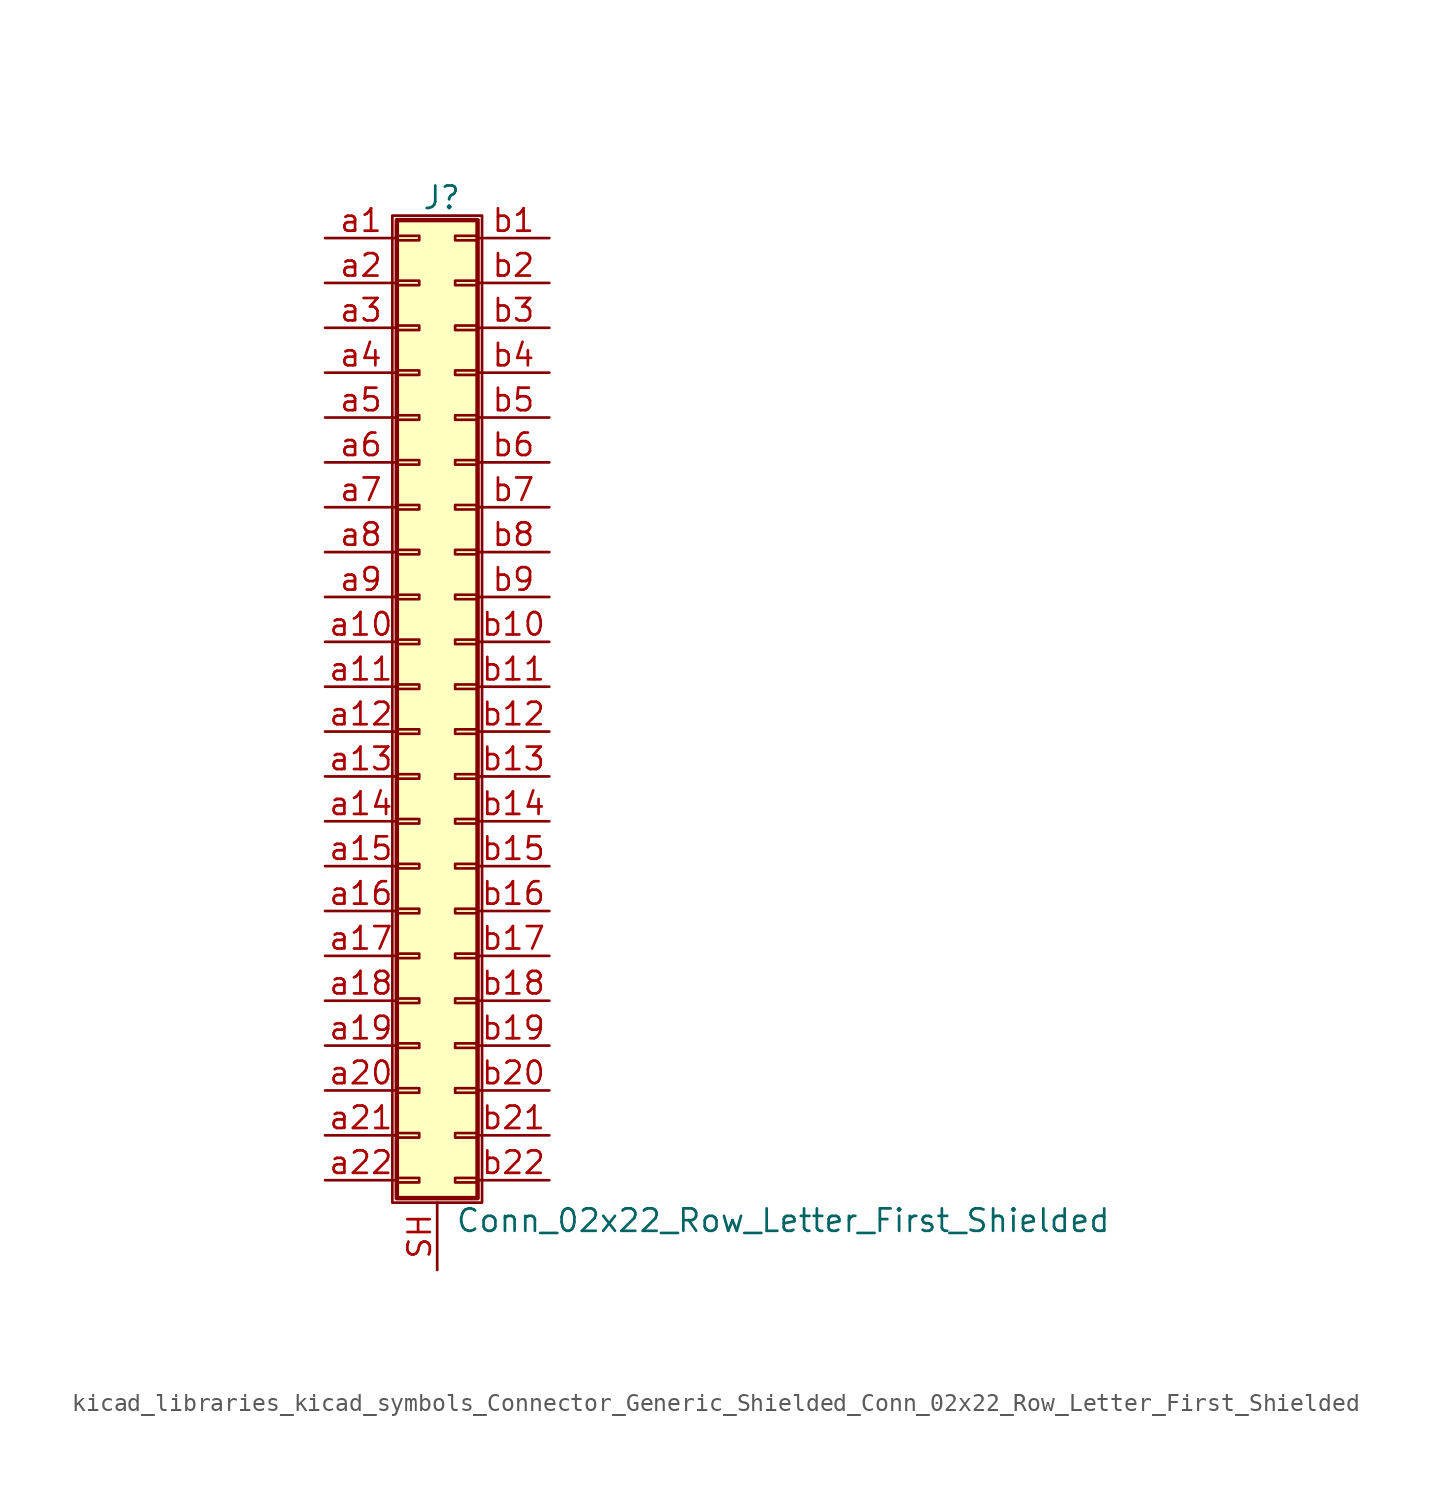
<source format=kicad_sym>
(kicad_symbol_lib
  (version 20220914)
  (generator kicad_symbol_editor)
  (symbol "kicad_libraries_kicad_symbols_Connector_Generic_Shielded_Conn_02x22_Row_Letter_First_Shielded"
    (pin_names
      (offset 1.016) hide)
    (property "Reference" "J"
      (at 1.524 27.686 0)
      (effects (font (size 1.27 1.27))))
    (property "Value" "Conn_02x22_Row_Letter_First_Shielded"
      (at 2.286 -30.226 0)
      (effects (font (size 1.27 1.27)) (justify left)))
    (symbol "kicad_libraries_kicad_symbols_Connector_Generic_Shielded_Conn_02x22_Row_Letter_First_Shielded_1_1"
      (rectangle (start -1.27 26.67) (end 3.81 -29.21) (stroke (width 0.152) (type default)) (fill (type none)))
      (rectangle (start -1.016 -27.813) (end 0.254 -28.067) (stroke (width 0.152) (type default)) (fill (type none)))
      (rectangle (start -1.016 -25.273) (end 0.254 -25.527) (stroke (width 0.152) (type default)) (fill (type none)))
      (rectangle (start -1.016 -22.733) (end 0.254 -22.987) (stroke (width 0.152) (type default)) (fill (type none)))
      (rectangle (start -1.016 -20.193) (end 0.254 -20.447) (stroke (width 0.152) (type default)) (fill (type none)))
      (rectangle (start -1.016 -17.653) (end 0.254 -17.907) (stroke (width 0.152) (type default)) (fill (type none)))
      (rectangle (start -1.016 -15.113) (end 0.254 -15.367) (stroke (width 0.152) (type default)) (fill (type none)))
      (rectangle (start -1.016 -12.573) (end 0.254 -12.827) (stroke (width 0.152) (type default)) (fill (type none)))
      (rectangle (start -1.016 -10.033) (end 0.254 -10.287) (stroke (width 0.152) (type default)) (fill (type none)))
      (rectangle (start -1.016 -7.493) (end 0.254 -7.747) (stroke (width 0.152) (type default)) (fill (type none)))
      (rectangle (start -1.016 -4.953) (end 0.254 -5.207) (stroke (width 0.152) (type default)) (fill (type none)))
      (rectangle (start -1.016 -2.413) (end 0.254 -2.667) (stroke (width 0.152) (type default)) (fill (type none)))
      (rectangle (start -1.016 0.127) (end 0.254 -0.127) (stroke (width 0.152) (type default)) (fill (type none)))
      (rectangle (start -1.016 2.667) (end 0.254 2.413) (stroke (width 0.152) (type default)) (fill (type none)))
      (rectangle (start -1.016 5.207) (end 0.254 4.953) (stroke (width 0.152) (type default)) (fill (type none)))
      (rectangle (start -1.016 7.747) (end 0.254 7.493) (stroke (width 0.152) (type default)) (fill (type none)))
      (rectangle (start -1.016 10.287) (end 0.254 10.033) (stroke (width 0.152) (type default)) (fill (type none)))
      (rectangle (start -1.016 12.827) (end 0.254 12.573) (stroke (width 0.152) (type default)) (fill (type none)))
      (rectangle (start -1.016 15.367) (end 0.254 15.113) (stroke (width 0.152) (type default)) (fill (type none)))
      (rectangle (start -1.016 17.907) (end 0.254 17.653) (stroke (width 0.152) (type default)) (fill (type none)))
      (rectangle (start -1.016 20.447) (end 0.254 20.193) (stroke (width 0.152) (type default)) (fill (type none)))
      (rectangle (start -1.016 22.987) (end 0.254 22.733) (stroke (width 0.152) (type default)) (fill (type none)))
      (rectangle (start -1.016 25.527) (end 0.254 25.273) (stroke (width 0.152) (type default)) (fill (type none)))
      (rectangle (start -1.016 26.416) (end 3.556 -28.956) (stroke (width 0.254) (type default)) (fill (type background)))
      (rectangle (start 3.556 -27.813) (end 2.286 -28.067) (stroke (width 0.152) (type default)) (fill (type none)))
      (rectangle (start 3.556 -25.273) (end 2.286 -25.527) (stroke (width 0.152) (type default)) (fill (type none)))
      (rectangle (start 3.556 -22.733) (end 2.286 -22.987) (stroke (width 0.152) (type default)) (fill (type none)))
      (rectangle (start 3.556 -20.193) (end 2.286 -20.447) (stroke (width 0.152) (type default)) (fill (type none)))
      (rectangle (start 3.556 -17.653) (end 2.286 -17.907) (stroke (width 0.152) (type default)) (fill (type none)))
      (rectangle (start 3.556 -15.113) (end 2.286 -15.367) (stroke (width 0.152) (type default)) (fill (type none)))
      (rectangle (start 3.556 -12.573) (end 2.286 -12.827) (stroke (width 0.152) (type default)) (fill (type none)))
      (rectangle (start 3.556 -10.033) (end 2.286 -10.287) (stroke (width 0.152) (type default)) (fill (type none)))
      (rectangle (start 3.556 -7.493) (end 2.286 -7.747) (stroke (width 0.152) (type default)) (fill (type none)))
      (rectangle (start 3.556 -4.953) (end 2.286 -5.207) (stroke (width 0.152) (type default)) (fill (type none)))
      (rectangle (start 3.556 -2.413) (end 2.286 -2.667) (stroke (width 0.152) (type default)) (fill (type none)))
      (rectangle (start 3.556 0.127) (end 2.286 -0.127) (stroke (width 0.152) (type default)) (fill (type none)))
      (rectangle (start 3.556 2.667) (end 2.286 2.413) (stroke (width 0.152) (type default)) (fill (type none)))
      (rectangle (start 3.556 5.207) (end 2.286 4.953) (stroke (width 0.152) (type default)) (fill (type none)))
      (rectangle (start 3.556 7.747) (end 2.286 7.493) (stroke (width 0.152) (type default)) (fill (type none)))
      (rectangle (start 3.556 10.287) (end 2.286 10.033) (stroke (width 0.152) (type default)) (fill (type none)))
      (rectangle (start 3.556 12.827) (end 2.286 12.573) (stroke (width 0.152) (type default)) (fill (type none)))
      (rectangle (start 3.556 15.367) (end 2.286 15.113) (stroke (width 0.152) (type default)) (fill (type none)))
      (rectangle (start 3.556 17.907) (end 2.286 17.653) (stroke (width 0.152) (type default)) (fill (type none)))
      (rectangle (start 3.556 20.447) (end 2.286 20.193) (stroke (width 0.152) (type default)) (fill (type none)))
      (rectangle (start 3.556 22.987) (end 2.286 22.733) (stroke (width 0.152) (type default)) (fill (type none)))
      (rectangle (start 3.556 25.527) (end 2.286 25.273) (stroke (width 0.152) (type default)) (fill (type none)))
      (pin passive line (at 1.27 -33.02 90) (length 3.81) (name "Shield" (effects (font (size 1.27 1.27)))) (number "SH" (effects (font (size 1.27 1.27)))))
      (pin passive line (at -5.08 25.4 0) (length 4.064) (name "Pin_a1" (effects (font (size 1.27 1.27)))) (number "a1" (effects (font (size 1.27 1.27)))))
      (pin passive line (at -5.08 2.54 0) (length 4.064) (name "Pin_a10" (effects (font (size 1.27 1.27)))) (number "a10" (effects (font (size 1.27 1.27)))))
      (pin passive line (at -5.08 0 0) (length 4.064) (name "Pin_a11" (effects (font (size 1.27 1.27)))) (number "a11" (effects (font (size 1.27 1.27)))))
      (pin passive line (at -5.08 -2.54 0) (length 4.064) (name "Pin_a12" (effects (font (size 1.27 1.27)))) (number "a12" (effects (font (size 1.27 1.27)))))
      (pin passive line (at -5.08 -5.08 0) (length 4.064) (name "Pin_a13" (effects (font (size 1.27 1.27)))) (number "a13" (effects (font (size 1.27 1.27)))))
      (pin passive line (at -5.08 -7.62 0) (length 4.064) (name "Pin_a14" (effects (font (size 1.27 1.27)))) (number "a14" (effects (font (size 1.27 1.27)))))
      (pin passive line (at -5.08 -10.16 0) (length 4.064) (name "Pin_a15" (effects (font (size 1.27 1.27)))) (number "a15" (effects (font (size 1.27 1.27)))))
      (pin passive line (at -5.08 -12.7 0) (length 4.064) (name "Pin_a16" (effects (font (size 1.27 1.27)))) (number "a16" (effects (font (size 1.27 1.27)))))
      (pin passive line (at -5.08 -15.24 0) (length 4.064) (name "Pin_a17" (effects (font (size 1.27 1.27)))) (number "a17" (effects (font (size 1.27 1.27)))))
      (pin passive line (at -5.08 -17.78 0) (length 4.064) (name "Pin_a18" (effects (font (size 1.27 1.27)))) (number "a18" (effects (font (size 1.27 1.27)))))
      (pin passive line (at -5.08 -20.32 0) (length 4.064) (name "Pin_a19" (effects (font (size 1.27 1.27)))) (number "a19" (effects (font (size 1.27 1.27)))))
      (pin passive line (at -5.08 22.86 0) (length 4.064) (name "Pin_a2" (effects (font (size 1.27 1.27)))) (number "a2" (effects (font (size 1.27 1.27)))))
      (pin passive line (at -5.08 -22.86 0) (length 4.064) (name "Pin_a20" (effects (font (size 1.27 1.27)))) (number "a20" (effects (font (size 1.27 1.27)))))
      (pin passive line (at -5.08 -25.4 0) (length 4.064) (name "Pin_a21" (effects (font (size 1.27 1.27)))) (number "a21" (effects (font (size 1.27 1.27)))))
      (pin passive line (at -5.08 -27.94 0) (length 4.064) (name "Pin_a22" (effects (font (size 1.27 1.27)))) (number "a22" (effects (font (size 1.27 1.27)))))
      (pin passive line (at -5.08 20.32 0) (length 4.064) (name "Pin_a3" (effects (font (size 1.27 1.27)))) (number "a3" (effects (font (size 1.27 1.27)))))
      (pin passive line (at -5.08 17.78 0) (length 4.064) (name "Pin_a4" (effects (font (size 1.27 1.27)))) (number "a4" (effects (font (size 1.27 1.27)))))
      (pin passive line (at -5.08 15.24 0) (length 4.064) (name "Pin_a5" (effects (font (size 1.27 1.27)))) (number "a5" (effects (font (size 1.27 1.27)))))
      (pin passive line (at -5.08 12.7 0) (length 4.064) (name "Pin_a6" (effects (font (size 1.27 1.27)))) (number "a6" (effects (font (size 1.27 1.27)))))
      (pin passive line (at -5.08 10.16 0) (length 4.064) (name "Pin_a7" (effects (font (size 1.27 1.27)))) (number "a7" (effects (font (size 1.27 1.27)))))
      (pin passive line (at -5.08 7.62 0) (length 4.064) (name "Pin_a8" (effects (font (size 1.27 1.27)))) (number "a8" (effects (font (size 1.27 1.27)))))
      (pin passive line (at -5.08 5.08 0) (length 4.064) (name "Pin_a9" (effects (font (size 1.27 1.27)))) (number "a9" (effects (font (size 1.27 1.27)))))
      (pin passive line (at 7.62 25.4 180) (length 4.064) (name "Pin_b1" (effects (font (size 1.27 1.27)))) (number "b1" (effects (font (size 1.27 1.27)))))
      (pin passive line (at 7.62 2.54 180) (length 4.064) (name "Pin_b10" (effects (font (size 1.27 1.27)))) (number "b10" (effects (font (size 1.27 1.27)))))
      (pin passive line (at 7.62 0 180) (length 4.064) (name "Pin_b11" (effects (font (size 1.27 1.27)))) (number "b11" (effects (font (size 1.27 1.27)))))
      (pin passive line (at 7.62 -2.54 180) (length 4.064) (name "Pin_b12" (effects (font (size 1.27 1.27)))) (number "b12" (effects (font (size 1.27 1.27)))))
      (pin passive line (at 7.62 -5.08 180) (length 4.064) (name "Pin_b13" (effects (font (size 1.27 1.27)))) (number "b13" (effects (font (size 1.27 1.27)))))
      (pin passive line (at 7.62 -7.62 180) (length 4.064) (name "Pin_b14" (effects (font (size 1.27 1.27)))) (number "b14" (effects (font (size 1.27 1.27)))))
      (pin passive line (at 7.62 -10.16 180) (length 4.064) (name "Pin_b15" (effects (font (size 1.27 1.27)))) (number "b15" (effects (font (size 1.27 1.27)))))
      (pin passive line (at 7.62 -12.7 180) (length 4.064) (name "Pin_b16" (effects (font (size 1.27 1.27)))) (number "b16" (effects (font (size 1.27 1.27)))))
      (pin passive line (at 7.62 -15.24 180) (length 4.064) (name "Pin_b17" (effects (font (size 1.27 1.27)))) (number "b17" (effects (font (size 1.27 1.27)))))
      (pin passive line (at 7.62 -17.78 180) (length 4.064) (name "Pin_b18" (effects (font (size 1.27 1.27)))) (number "b18" (effects (font (size 1.27 1.27)))))
      (pin passive line (at 7.62 -20.32 180) (length 4.064) (name "Pin_b19" (effects (font (size 1.27 1.27)))) (number "b19" (effects (font (size 1.27 1.27)))))
      (pin passive line (at 7.62 22.86 180) (length 4.064) (name "Pin_b2" (effects (font (size 1.27 1.27)))) (number "b2" (effects (font (size 1.27 1.27)))))
      (pin passive line (at 7.62 -22.86 180) (length 4.064) (name "Pin_b20" (effects (font (size 1.27 1.27)))) (number "b20" (effects (font (size 1.27 1.27)))))
      (pin passive line (at 7.62 -25.4 180) (length 4.064) (name "Pin_b21" (effects (font (size 1.27 1.27)))) (number "b21" (effects (font (size 1.27 1.27)))))
      (pin passive line (at 7.62 -27.94 180) (length 4.064) (name "Pin_b22" (effects (font (size 1.27 1.27)))) (number "b22" (effects (font (size 1.27 1.27)))))
      (pin passive line (at 7.62 20.32 180) (length 4.064) (name "Pin_b3" (effects (font (size 1.27 1.27)))) (number "b3" (effects (font (size 1.27 1.27)))))
      (pin passive line (at 7.62 17.78 180) (length 4.064) (name "Pin_b4" (effects (font (size 1.27 1.27)))) (number "b4" (effects (font (size 1.27 1.27)))))
      (pin passive line (at 7.62 15.24 180) (length 4.064) (name "Pin_b5" (effects (font (size 1.27 1.27)))) (number "b5" (effects (font (size 1.27 1.27)))))
      (pin passive line (at 7.62 12.7 180) (length 4.064) (name "Pin_b6" (effects (font (size 1.27 1.27)))) (number "b6" (effects (font (size 1.27 1.27)))))
      (pin passive line (at 7.62 10.16 180) (length 4.064) (name "Pin_b7" (effects (font (size 1.27 1.27)))) (number "b7" (effects (font (size 1.27 1.27)))))
      (pin passive line (at 7.62 7.62 180) (length 4.064) (name "Pin_b8" (effects (font (size 1.27 1.27)))) (number "b8" (effects (font (size 1.27 1.27)))))
      (pin passive line (at 7.62 5.08 180) (length 4.064) (name "Pin_b9" (effects (font (size 1.27 1.27)))) (number "b9" (effects (font (size 1.27 1.27))))))))
</source>
